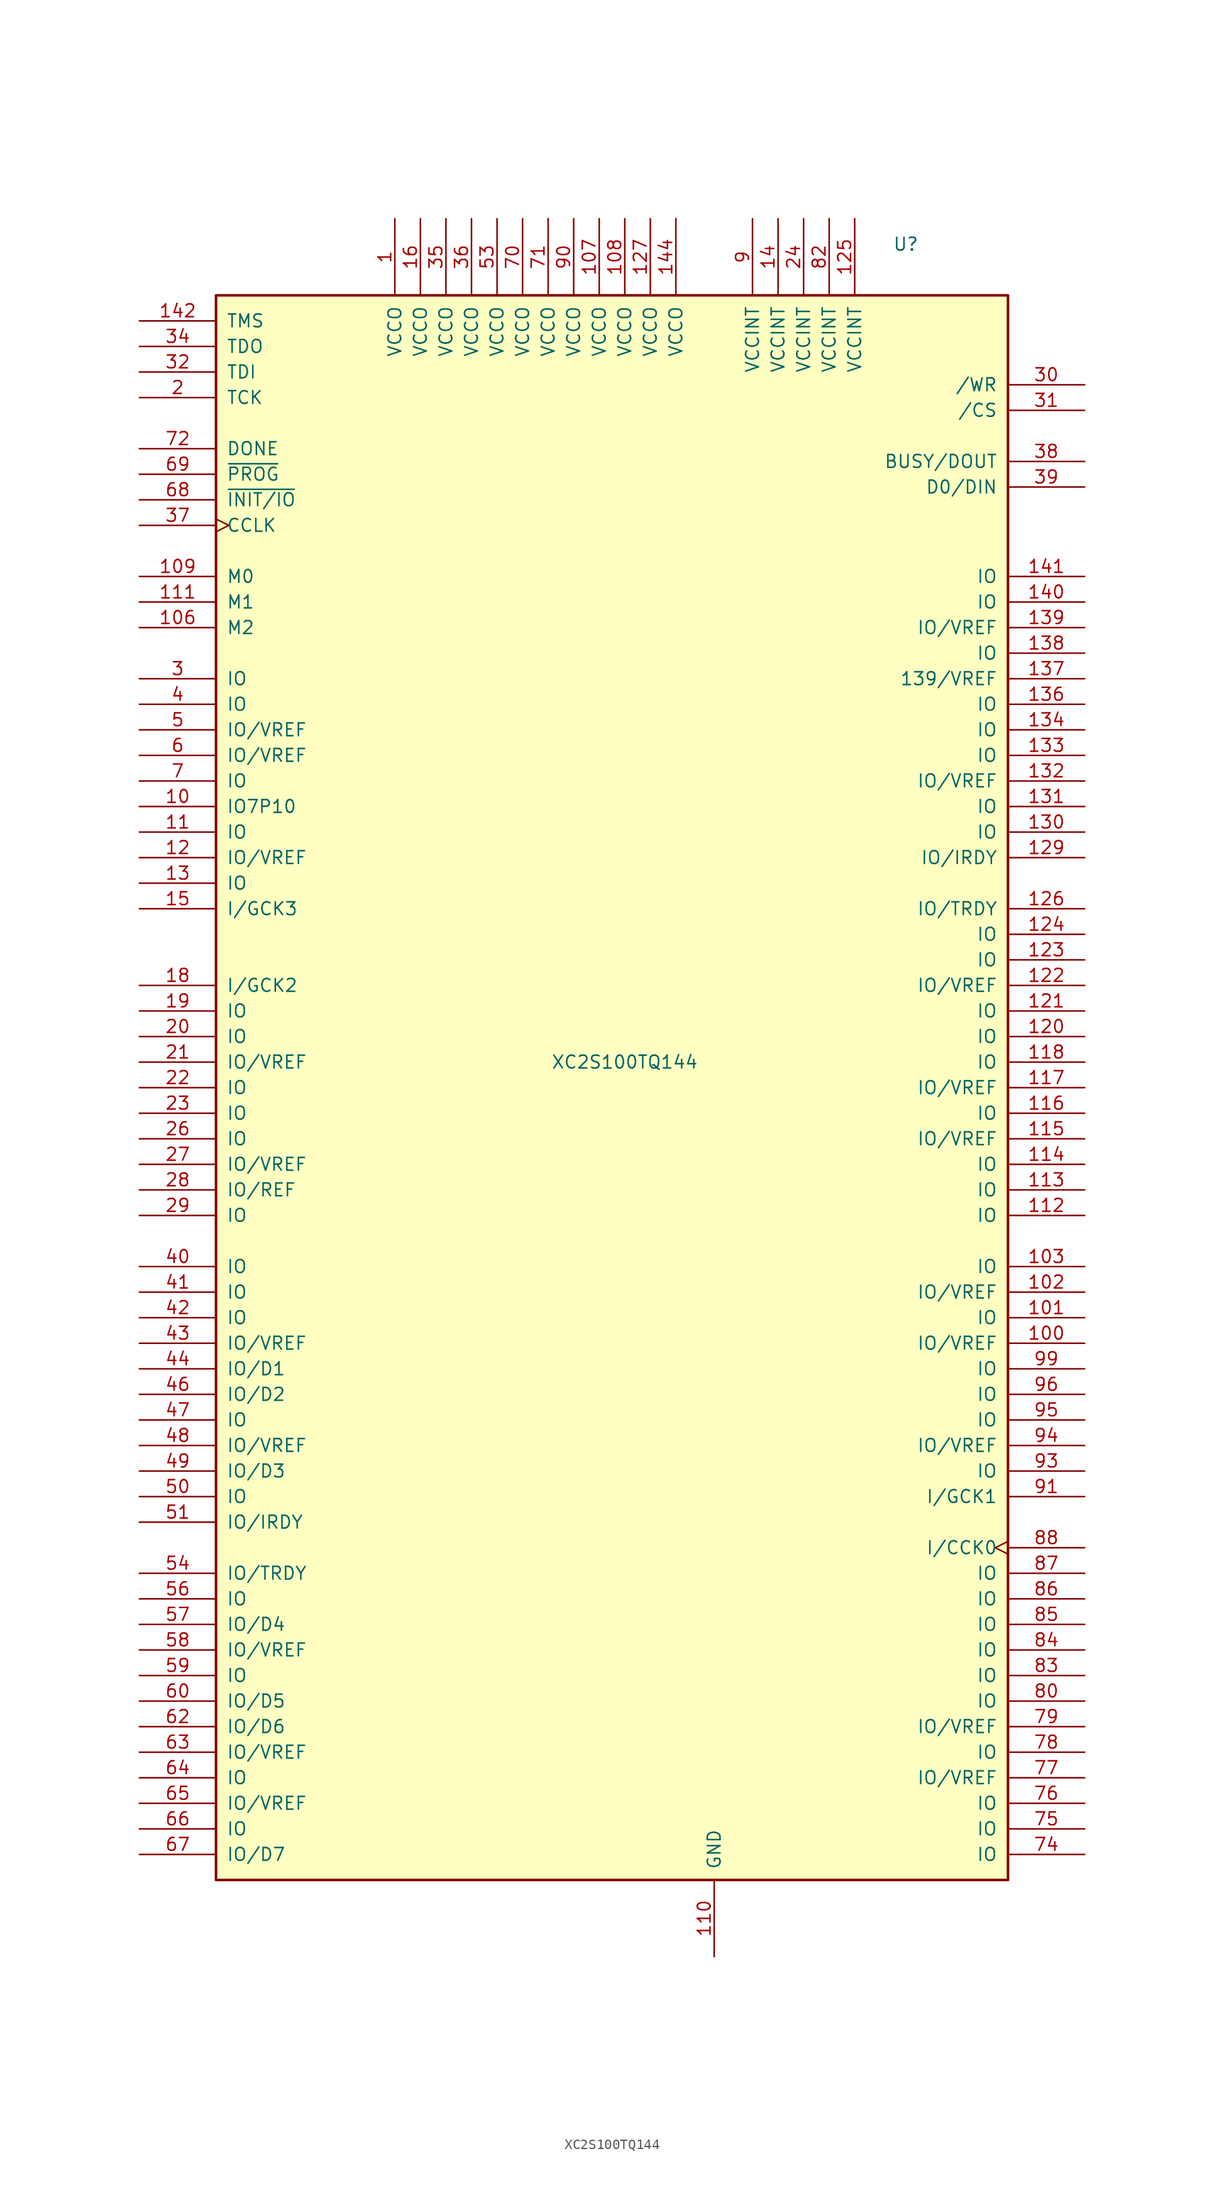
<source format=kicad_sym>
(kicad_symbol_lib
  (version 20220914)
  (generator kicad_symbol_editor)
  (symbol "XC2S100TQ144"
    (pin_names
      (offset 1.016))
    (property "Reference" "U"
      (at 27.94 83.82 0)
      (effects (font (size 1.27 1.27))))
    (property "Value" "XC2S100TQ144"
      (at 0 2.54 0)
      (effects (font (size 1.27 1.27))))
    (symbol "XC2S100TQ144_0_1"
      (rectangle (start -40.64 78.74) (end 38.1 -78.74) (stroke (width 0.254) (type default)) (fill (type background))))
    (symbol "XC2S100TQ144_1_1"
      (pin power_in line (at -22.86 86.36 270) (length 7.62) (name "VCCO" (effects (font (size 1.27 1.27)))) (number "1" (effects (font (size 1.27 1.27)))))
      (pin bidirectional line (at -48.26 27.94 0) (length 7.62) (name "IO7P10" (effects (font (size 1.27 1.27)))) (number "10" (effects (font (size 1.27 1.27)))))
      (pin bidirectional line (at 45.72 -25.4 180) (length 7.62) (name "IO/VREF" (effects (font (size 1.27 1.27)))) (number "100" (effects (font (size 1.27 1.27)))))
      (pin bidirectional line (at 45.72 -22.86 180) (length 7.62) (name "IO" (effects (font (size 1.27 1.27)))) (number "101" (effects (font (size 1.27 1.27)))))
      (pin bidirectional line (at 45.72 -20.32 180) (length 7.62) (name "IO/VREF" (effects (font (size 1.27 1.27)))) (number "102" (effects (font (size 1.27 1.27)))))
      (pin bidirectional line (at 45.72 -17.78 180) (length 7.62) (name "IO" (effects (font (size 1.27 1.27)))) (number "103" (effects (font (size 1.27 1.27)))))
      (pin input line (at -48.26 45.72 0) (length 7.62) (name "M2" (effects (font (size 1.27 1.27)))) (number "106" (effects (font (size 1.27 1.27)))))
      (pin power_in line (at -2.54 86.36 270) (length 7.62) (name "VCCO" (effects (font (size 1.27 1.27)))) (number "107" (effects (font (size 1.27 1.27)))))
      (pin power_in line (at 0 86.36 270) (length 7.62) (name "VCCO" (effects (font (size 1.27 1.27)))) (number "108" (effects (font (size 1.27 1.27)))))
      (pin input line (at -48.26 50.8 0) (length 7.62) (name "M0" (effects (font (size 1.27 1.27)))) (number "109" (effects (font (size 1.27 1.27)))))
      (pin bidirectional line (at -48.26 25.4 0) (length 7.62) (name "IO" (effects (font (size 1.27 1.27)))) (number "11" (effects (font (size 1.27 1.27)))))
      (pin power_in line (at 8.89 -86.36 90) (length 7.62) (name "GND" (effects (font (size 1.27 1.27)))) (number "110" (effects (font (size 1.27 1.27)))))
      (pin input line (at -48.26 48.26 0) (length 7.62) (name "M1" (effects (font (size 1.27 1.27)))) (number "111" (effects (font (size 1.27 1.27)))))
      (pin bidirectional line (at 45.72 -12.7 180) (length 7.62) (name "IO" (effects (font (size 1.27 1.27)))) (number "112" (effects (font (size 1.27 1.27)))))
      (pin bidirectional line (at 45.72 -10.16 180) (length 7.62) (name "IO" (effects (font (size 1.27 1.27)))) (number "113" (effects (font (size 1.27 1.27)))))
      (pin bidirectional line (at 45.72 -7.62 180) (length 7.62) (name "IO" (effects (font (size 1.27 1.27)))) (number "114" (effects (font (size 1.27 1.27)))))
      (pin bidirectional line (at 45.72 -5.08 180) (length 7.62) (name "IO/VREF" (effects (font (size 1.27 1.27)))) (number "115" (effects (font (size 1.27 1.27)))))
      (pin bidirectional line (at 45.72 -2.54 180) (length 7.62) (name "IO" (effects (font (size 1.27 1.27)))) (number "116" (effects (font (size 1.27 1.27)))))
      (pin bidirectional line (at 45.72 0 180) (length 7.62) (name "IO/VREF" (effects (font (size 1.27 1.27)))) (number "117" (effects (font (size 1.27 1.27)))))
      (pin bidirectional line (at 45.72 2.54 180) (length 7.62) (name "IO" (effects (font (size 1.27 1.27)))) (number "118" (effects (font (size 1.27 1.27)))))
      (pin passive line (at 8.89 -86.36 90) (length 7.62) hide (name "GND" (effects (font (size 1.27 1.27)))) (number "119" (effects (font (size 1.27 1.27)))))
      (pin bidirectional line (at -48.26 22.86 0) (length 7.62) (name "IO/VREF" (effects (font (size 1.27 1.27)))) (number "12" (effects (font (size 1.27 1.27)))))
      (pin bidirectional line (at 45.72 5.08 180) (length 7.62) (name "IO" (effects (font (size 1.27 1.27)))) (number "120" (effects (font (size 1.27 1.27)))))
      (pin bidirectional line (at 45.72 7.62 180) (length 7.62) (name "IO" (effects (font (size 1.27 1.27)))) (number "121" (effects (font (size 1.27 1.27)))))
      (pin bidirectional line (at 45.72 10.16 180) (length 7.62) (name "IO/VREF" (effects (font (size 1.27 1.27)))) (number "122" (effects (font (size 1.27 1.27)))))
      (pin bidirectional line (at 45.72 12.7 180) (length 7.62) (name "IO" (effects (font (size 1.27 1.27)))) (number "123" (effects (font (size 1.27 1.27)))))
      (pin bidirectional line (at 45.72 15.24 180) (length 7.62) (name "IO" (effects (font (size 1.27 1.27)))) (number "124" (effects (font (size 1.27 1.27)))))
      (pin power_in line (at 22.86 86.36 270) (length 7.62) (name "VCCINT" (effects (font (size 1.27 1.27)))) (number "125" (effects (font (size 1.27 1.27)))))
      (pin bidirectional line (at 45.72 17.78 180) (length 7.62) (name "IO/TRDY" (effects (font (size 1.27 1.27)))) (number "126" (effects (font (size 1.27 1.27)))))
      (pin power_in line (at 2.54 86.36 270) (length 7.62) (name "VCCO" (effects (font (size 1.27 1.27)))) (number "127" (effects (font (size 1.27 1.27)))))
      (pin passive line (at 8.89 -86.36 90) (length 7.62) hide (name "GND" (effects (font (size 1.27 1.27)))) (number "128" (effects (font (size 1.27 1.27)))))
      (pin bidirectional line (at 45.72 22.86 180) (length 7.62) (name "IO/IRDY" (effects (font (size 1.27 1.27)))) (number "129" (effects (font (size 1.27 1.27)))))
      (pin bidirectional line (at -48.26 20.32 0) (length 7.62) (name "IO" (effects (font (size 1.27 1.27)))) (number "13" (effects (font (size 1.27 1.27)))))
      (pin bidirectional line (at 45.72 25.4 180) (length 7.62) (name "IO" (effects (font (size 1.27 1.27)))) (number "130" (effects (font (size 1.27 1.27)))))
      (pin bidirectional line (at 45.72 27.94 180) (length 7.62) (name "IO" (effects (font (size 1.27 1.27)))) (number "131" (effects (font (size 1.27 1.27)))))
      (pin bidirectional line (at 45.72 30.48 180) (length 7.62) (name "IO/VREF" (effects (font (size 1.27 1.27)))) (number "132" (effects (font (size 1.27 1.27)))))
      (pin bidirectional line (at 45.72 33.02 180) (length 7.62) (name "IO" (effects (font (size 1.27 1.27)))) (number "133" (effects (font (size 1.27 1.27)))))
      (pin bidirectional line (at 45.72 35.56 180) (length 7.62) (name "IO" (effects (font (size 1.27 1.27)))) (number "134" (effects (font (size 1.27 1.27)))))
      (pin passive line (at 8.89 -86.36 90) (length 7.62) hide (name "GND" (effects (font (size 1.27 1.27)))) (number "135" (effects (font (size 1.27 1.27)))))
      (pin bidirectional line (at 45.72 38.1 180) (length 7.62) (name "IO" (effects (font (size 1.27 1.27)))) (number "136" (effects (font (size 1.27 1.27)))))
      (pin bidirectional line (at 45.72 40.64 180) (length 7.62) (name "139/VREF" (effects (font (size 1.27 1.27)))) (number "137" (effects (font (size 1.27 1.27)))))
      (pin bidirectional line (at 45.72 43.18 180) (length 7.62) (name "IO" (effects (font (size 1.27 1.27)))) (number "138" (effects (font (size 1.27 1.27)))))
      (pin bidirectional line (at 45.72 45.72 180) (length 7.62) (name "IO/VREF" (effects (font (size 1.27 1.27)))) (number "139" (effects (font (size 1.27 1.27)))))
      (pin power_in line (at 15.24 86.36 270) (length 7.62) (name "VCCINT" (effects (font (size 1.27 1.27)))) (number "14" (effects (font (size 1.27 1.27)))))
      (pin bidirectional line (at 45.72 48.26 180) (length 7.62) (name "IO" (effects (font (size 1.27 1.27)))) (number "140" (effects (font (size 1.27 1.27)))))
      (pin bidirectional line (at 45.72 50.8 180) (length 7.62) (name "IO" (effects (font (size 1.27 1.27)))) (number "141" (effects (font (size 1.27 1.27)))))
      (pin input line (at -48.26 76.2 0) (length 7.62) (name "TMS" (effects (font (size 1.27 1.27)))) (number "142" (effects (font (size 1.27 1.27)))))
      (pin passive line (at 8.89 -86.36 90) (length 7.62) hide (name "GND" (effects (font (size 1.27 1.27)))) (number "143" (effects (font (size 1.27 1.27)))))
      (pin passive line (at 5.08 86.36 270) (length 7.62) (name "VCCO" (effects (font (size 1.27 1.27)))) (number "144" (effects (font (size 1.27 1.27)))))
      (pin input line (at -48.26 17.78 0) (length 7.62) (name "I/GCK3" (effects (font (size 1.27 1.27)))) (number "15" (effects (font (size 1.27 1.27)))))
      (pin power_in line (at -20.32 86.36 270) (length 7.62) (name "VCCO" (effects (font (size 1.27 1.27)))) (number "16" (effects (font (size 1.27 1.27)))))
      (pin passive line (at 8.89 -86.36 90) (length 7.62) hide (name "GND" (effects (font (size 1.27 1.27)))) (number "17" (effects (font (size 1.27 1.27)))))
      (pin input line (at -48.26 10.16 0) (length 7.62) (name "I/GCK2" (effects (font (size 1.27 1.27)))) (number "18" (effects (font (size 1.27 1.27)))))
      (pin bidirectional line (at -48.26 7.62 0) (length 7.62) (name "IO" (effects (font (size 1.27 1.27)))) (number "19" (effects (font (size 1.27 1.27)))))
      (pin input line (at -48.26 68.58 0) (length 7.62) (name "TCK" (effects (font (size 1.27 1.27)))) (number "2" (effects (font (size 1.27 1.27)))))
      (pin bidirectional line (at -48.26 5.08 0) (length 7.62) (name "IO" (effects (font (size 1.27 1.27)))) (number "20" (effects (font (size 1.27 1.27)))))
      (pin bidirectional line (at -48.26 2.54 0) (length 7.62) (name "IO/VREF" (effects (font (size 1.27 1.27)))) (number "21" (effects (font (size 1.27 1.27)))))
      (pin bidirectional line (at -48.26 0 0) (length 7.62) (name "IO" (effects (font (size 1.27 1.27)))) (number "22" (effects (font (size 1.27 1.27)))))
      (pin bidirectional line (at -48.26 -2.54 0) (length 7.62) (name "IO" (effects (font (size 1.27 1.27)))) (number "23" (effects (font (size 1.27 1.27)))))
      (pin power_in line (at 17.78 86.36 270) (length 7.62) (name "VCCINT" (effects (font (size 1.27 1.27)))) (number "24" (effects (font (size 1.27 1.27)))))
      (pin passive line (at 8.89 -86.36 90) (length 7.62) hide (name "GND" (effects (font (size 1.27 1.27)))) (number "25" (effects (font (size 1.27 1.27)))))
      (pin bidirectional line (at -48.26 -5.08 0) (length 7.62) (name "IO" (effects (font (size 1.27 1.27)))) (number "26" (effects (font (size 1.27 1.27)))))
      (pin bidirectional line (at -48.26 -7.62 0) (length 7.62) (name "IO/VREF" (effects (font (size 1.27 1.27)))) (number "27" (effects (font (size 1.27 1.27)))))
      (pin bidirectional line (at -48.26 -10.16 0) (length 7.62) (name "IO/REF" (effects (font (size 1.27 1.27)))) (number "28" (effects (font (size 1.27 1.27)))))
      (pin bidirectional line (at -48.26 -12.7 0) (length 7.62) (name "IO" (effects (font (size 1.27 1.27)))) (number "29" (effects (font (size 1.27 1.27)))))
      (pin bidirectional line (at -48.26 40.64 0) (length 7.62) (name "IO" (effects (font (size 1.27 1.27)))) (number "3" (effects (font (size 1.27 1.27)))))
      (pin bidirectional line (at 45.72 69.85 180) (length 7.62) (name "/WR" (effects (font (size 1.27 1.27)))) (number "30" (effects (font (size 1.27 1.27)))))
      (pin bidirectional line (at 45.72 67.31 180) (length 7.62) (name "/CS" (effects (font (size 1.27 1.27)))) (number "31" (effects (font (size 1.27 1.27)))))
      (pin input line (at -48.26 71.12 0) (length 7.62) (name "TDI" (effects (font (size 1.27 1.27)))) (number "32" (effects (font (size 1.27 1.27)))))
      (pin passive line (at 8.89 -86.36 90) (length 7.62) hide (name "GND" (effects (font (size 1.27 1.27)))) (number "33" (effects (font (size 1.27 1.27)))))
      (pin output line (at -48.26 73.66 0) (length 7.62) (name "TDO" (effects (font (size 1.27 1.27)))) (number "34" (effects (font (size 1.27 1.27)))))
      (pin power_in line (at -17.78 86.36 270) (length 7.62) (name "VCCO" (effects (font (size 1.27 1.27)))) (number "35" (effects (font (size 1.27 1.27)))))
      (pin power_in line (at -15.24 86.36 270) (length 7.62) (name "VCCO" (effects (font (size 1.27 1.27)))) (number "36" (effects (font (size 1.27 1.27)))))
      (pin input clock (at -48.26 55.88 0) (length 7.62) (name "CCLK" (effects (font (size 1.27 1.27)))) (number "37" (effects (font (size 1.27 1.27)))))
      (pin output line (at 45.72 62.23 180) (length 7.62) (name "BUSY/DOUT" (effects (font (size 1.27 1.27)))) (number "38" (effects (font (size 1.27 1.27)))))
      (pin bidirectional line (at 45.72 59.69 180) (length 7.62) (name "D0/DIN" (effects (font (size 1.27 1.27)))) (number "39" (effects (font (size 1.27 1.27)))))
      (pin bidirectional line (at -48.26 38.1 0) (length 7.62) (name "IO" (effects (font (size 1.27 1.27)))) (number "4" (effects (font (size 1.27 1.27)))))
      (pin bidirectional line (at -48.26 -17.78 0) (length 7.62) (name "IO" (effects (font (size 1.27 1.27)))) (number "40" (effects (font (size 1.27 1.27)))))
      (pin bidirectional line (at -48.26 -20.32 0) (length 7.62) (name "IO" (effects (font (size 1.27 1.27)))) (number "41" (effects (font (size 1.27 1.27)))))
      (pin bidirectional line (at -48.26 -22.86 0) (length 7.62) (name "IO" (effects (font (size 1.27 1.27)))) (number "42" (effects (font (size 1.27 1.27)))))
      (pin bidirectional line (at -48.26 -25.4 0) (length 7.62) (name "IO/VREF" (effects (font (size 1.27 1.27)))) (number "43" (effects (font (size 1.27 1.27)))))
      (pin bidirectional line (at -48.26 -27.94 0) (length 7.62) (name "IO/D1" (effects (font (size 1.27 1.27)))) (number "44" (effects (font (size 1.27 1.27)))))
      (pin passive line (at 8.89 -86.36 90) (length 7.62) hide (name "GND" (effects (font (size 1.27 1.27)))) (number "45" (effects (font (size 1.27 1.27)))))
      (pin bidirectional line (at -48.26 -30.48 0) (length 7.62) (name "IO/D2" (effects (font (size 1.27 1.27)))) (number "46" (effects (font (size 1.27 1.27)))))
      (pin bidirectional line (at -48.26 -33.02 0) (length 7.62) (name "IO" (effects (font (size 1.27 1.27)))) (number "47" (effects (font (size 1.27 1.27)))))
      (pin bidirectional line (at -48.26 -35.56 0) (length 7.62) (name "IO/VREF" (effects (font (size 1.27 1.27)))) (number "48" (effects (font (size 1.27 1.27)))))
      (pin bidirectional line (at -48.26 -38.1 0) (length 7.62) (name "IO/D3" (effects (font (size 1.27 1.27)))) (number "49" (effects (font (size 1.27 1.27)))))
      (pin bidirectional line (at -48.26 35.56 0) (length 7.62) (name "IO/VREF" (effects (font (size 1.27 1.27)))) (number "5" (effects (font (size 1.27 1.27)))))
      (pin bidirectional line (at -48.26 -40.64 0) (length 7.62) (name "IO" (effects (font (size 1.27 1.27)))) (number "50" (effects (font (size 1.27 1.27)))))
      (pin bidirectional line (at -48.26 -43.18 0) (length 7.62) (name "IO/IRDY" (effects (font (size 1.27 1.27)))) (number "51" (effects (font (size 1.27 1.27)))))
      (pin passive line (at 8.89 -86.36 90) (length 7.62) hide (name "GND" (effects (font (size 1.27 1.27)))) (number "52" (effects (font (size 1.27 1.27)))))
      (pin power_in line (at -12.7 86.36 270) (length 7.62) (name "VCCO" (effects (font (size 1.27 1.27)))) (number "53" (effects (font (size 1.27 1.27)))))
      (pin bidirectional line (at -48.26 -48.26 0) (length 7.62) (name "IO/TRDY" (effects (font (size 1.27 1.27)))) (number "54" (effects (font (size 1.27 1.27)))))
      (pin bidirectional line (at -48.26 -50.8 0) (length 7.62) (name "IO" (effects (font (size 1.27 1.27)))) (number "56" (effects (font (size 1.27 1.27)))))
      (pin bidirectional line (at -48.26 -53.34 0) (length 7.62) (name "IO/D4" (effects (font (size 1.27 1.27)))) (number "57" (effects (font (size 1.27 1.27)))))
      (pin bidirectional line (at -48.26 -55.88 0) (length 7.62) (name "IO/VREF" (effects (font (size 1.27 1.27)))) (number "58" (effects (font (size 1.27 1.27)))))
      (pin bidirectional line (at -48.26 -58.42 0) (length 7.62) (name "IO" (effects (font (size 1.27 1.27)))) (number "59" (effects (font (size 1.27 1.27)))))
      (pin bidirectional line (at -48.26 33.02 0) (length 7.62) (name "IO/VREF" (effects (font (size 1.27 1.27)))) (number "6" (effects (font (size 1.27 1.27)))))
      (pin bidirectional line (at -48.26 -60.96 0) (length 7.62) (name "IO/D5" (effects (font (size 1.27 1.27)))) (number "60" (effects (font (size 1.27 1.27)))))
      (pin passive line (at 8.89 -86.36 90) (length 7.62) hide (name "GND" (effects (font (size 1.27 1.27)))) (number "61" (effects (font (size 1.27 1.27)))))
      (pin bidirectional line (at -48.26 -63.5 0) (length 7.62) (name "IO/D6" (effects (font (size 1.27 1.27)))) (number "62" (effects (font (size 1.27 1.27)))))
      (pin bidirectional line (at -48.26 -66.04 0) (length 7.62) (name "IO/VREF" (effects (font (size 1.27 1.27)))) (number "63" (effects (font (size 1.27 1.27)))))
      (pin bidirectional line (at -48.26 -68.58 0) (length 7.62) (name "IO" (effects (font (size 1.27 1.27)))) (number "64" (effects (font (size 1.27 1.27)))))
      (pin bidirectional line (at -48.26 -71.12 0) (length 7.62) (name "IO/VREF" (effects (font (size 1.27 1.27)))) (number "65" (effects (font (size 1.27 1.27)))))
      (pin bidirectional line (at -48.26 -73.66 0) (length 7.62) (name "IO" (effects (font (size 1.27 1.27)))) (number "66" (effects (font (size 1.27 1.27)))))
      (pin bidirectional line (at -48.26 -76.2 0) (length 7.62) (name "IO/D7" (effects (font (size 1.27 1.27)))) (number "67" (effects (font (size 1.27 1.27)))))
      (pin bidirectional line (at -48.26 58.42 0) (length 7.62) (name "~{INIT/IO}" (effects (font (size 1.27 1.27)))) (number "68" (effects (font (size 1.27 1.27)))))
      (pin input line (at -48.26 60.96 0) (length 7.62) (name "~{PROG}" (effects (font (size 1.27 1.27)))) (number "69" (effects (font (size 1.27 1.27)))))
      (pin bidirectional line (at -48.26 30.48 0) (length 7.62) (name "IO" (effects (font (size 1.27 1.27)))) (number "7" (effects (font (size 1.27 1.27)))))
      (pin power_in line (at -10.16 86.36 270) (length 7.62) (name "VCCO" (effects (font (size 1.27 1.27)))) (number "70" (effects (font (size 1.27 1.27)))))
      (pin power_in line (at -7.62 86.36 270) (length 7.62) (name "VCCO" (effects (font (size 1.27 1.27)))) (number "71" (effects (font (size 1.27 1.27)))))
      (pin open_collector line (at -48.26 63.5 0) (length 7.62) (name "DONE" (effects (font (size 1.27 1.27)))) (number "72" (effects (font (size 1.27 1.27)))))
      (pin passive line (at 8.89 -86.36 90) (length 7.62) hide (name "GND" (effects (font (size 1.27 1.27)))) (number "73" (effects (font (size 1.27 1.27)))))
      (pin bidirectional line (at 45.72 -76.2 180) (length 7.62) (name "IO" (effects (font (size 1.27 1.27)))) (number "74" (effects (font (size 1.27 1.27)))))
      (pin bidirectional line (at 45.72 -73.66 180) (length 7.62) (name "IO" (effects (font (size 1.27 1.27)))) (number "75" (effects (font (size 1.27 1.27)))))
      (pin bidirectional line (at 45.72 -71.12 180) (length 7.62) (name "IO" (effects (font (size 1.27 1.27)))) (number "76" (effects (font (size 1.27 1.27)))))
      (pin bidirectional line (at 45.72 -68.58 180) (length 7.62) (name "IO/VREF" (effects (font (size 1.27 1.27)))) (number "77" (effects (font (size 1.27 1.27)))))
      (pin bidirectional line (at 45.72 -66.04 180) (length 7.62) (name "IO" (effects (font (size 1.27 1.27)))) (number "78" (effects (font (size 1.27 1.27)))))
      (pin bidirectional line (at 45.72 -63.5 180) (length 7.62) (name "IO/VREF" (effects (font (size 1.27 1.27)))) (number "79" (effects (font (size 1.27 1.27)))))
      (pin passive line (at 8.89 -86.36 90) (length 7.62) hide (name "GND" (effects (font (size 1.27 1.27)))) (number "8" (effects (font (size 1.27 1.27)))))
      (pin bidirectional line (at 45.72 -60.96 180) (length 7.62) (name "IO" (effects (font (size 1.27 1.27)))) (number "80" (effects (font (size 1.27 1.27)))))
      (pin passive line (at 8.89 -86.36 90) (length 7.62) hide (name "GND" (effects (font (size 1.27 1.27)))) (number "81" (effects (font (size 1.27 1.27)))))
      (pin power_in line (at 20.32 86.36 270) (length 7.62) (name "VCCINT" (effects (font (size 1.27 1.27)))) (number "82" (effects (font (size 1.27 1.27)))))
      (pin bidirectional line (at 45.72 -58.42 180) (length 7.62) (name "IO" (effects (font (size 1.27 1.27)))) (number "83" (effects (font (size 1.27 1.27)))))
      (pin bidirectional line (at 45.72 -55.88 180) (length 7.62) (name "IO" (effects (font (size 1.27 1.27)))) (number "84" (effects (font (size 1.27 1.27)))))
      (pin bidirectional line (at 45.72 -53.34 180) (length 7.62) (name "IO" (effects (font (size 1.27 1.27)))) (number "85" (effects (font (size 1.27 1.27)))))
      (pin bidirectional line (at 45.72 -50.8 180) (length 7.62) (name "IO" (effects (font (size 1.27 1.27)))) (number "86" (effects (font (size 1.27 1.27)))))
      (pin bidirectional line (at 45.72 -48.26 180) (length 7.62) (name "IO" (effects (font (size 1.27 1.27)))) (number "87" (effects (font (size 1.27 1.27)))))
      (pin input clock (at 45.72 -45.72 180) (length 7.62) (name "I/CCK0" (effects (font (size 1.27 1.27)))) (number "88" (effects (font (size 1.27 1.27)))))
      (pin passive line (at 8.89 -86.36 90) (length 7.62) hide (name "GND" (effects (font (size 1.27 1.27)))) (number "89" (effects (font (size 1.27 1.27)))))
      (pin power_in line (at 12.7 86.36 270) (length 7.62) (name "VCCINT" (effects (font (size 1.27 1.27)))) (number "9" (effects (font (size 1.27 1.27)))))
      (pin power_in line (at -5.08 86.36 270) (length 7.62) (name "VCCO" (effects (font (size 1.27 1.27)))) (number "90" (effects (font (size 1.27 1.27)))))
      (pin input line (at 45.72 -40.64 180) (length 7.62) (name "I/GCK1" (effects (font (size 1.27 1.27)))) (number "91" (effects (font (size 1.27 1.27)))))
      (pin bidirectional line (at 45.72 -38.1 180) (length 7.62) (name "IO" (effects (font (size 1.27 1.27)))) (number "93" (effects (font (size 1.27 1.27)))))
      (pin bidirectional line (at 45.72 -35.56 180) (length 7.62) (name "IO/VREF" (effects (font (size 1.27 1.27)))) (number "94" (effects (font (size 1.27 1.27)))))
      (pin bidirectional line (at 45.72 -33.02 180) (length 7.62) (name "IO" (effects (font (size 1.27 1.27)))) (number "95" (effects (font (size 1.27 1.27)))))
      (pin bidirectional line (at 45.72 -30.48 180) (length 7.62) (name "IO" (effects (font (size 1.27 1.27)))) (number "96" (effects (font (size 1.27 1.27)))))
      (pin passive line (at 8.89 -86.36 90) (length 7.62) hide (name "GND" (effects (font (size 1.27 1.27)))) (number "98" (effects (font (size 1.27 1.27)))))
      (pin bidirectional line (at 45.72 -27.94 180) (length 7.62) (name "IO" (effects (font (size 1.27 1.27)))) (number "99" (effects (font (size 1.27 1.27))))))))
</source>
